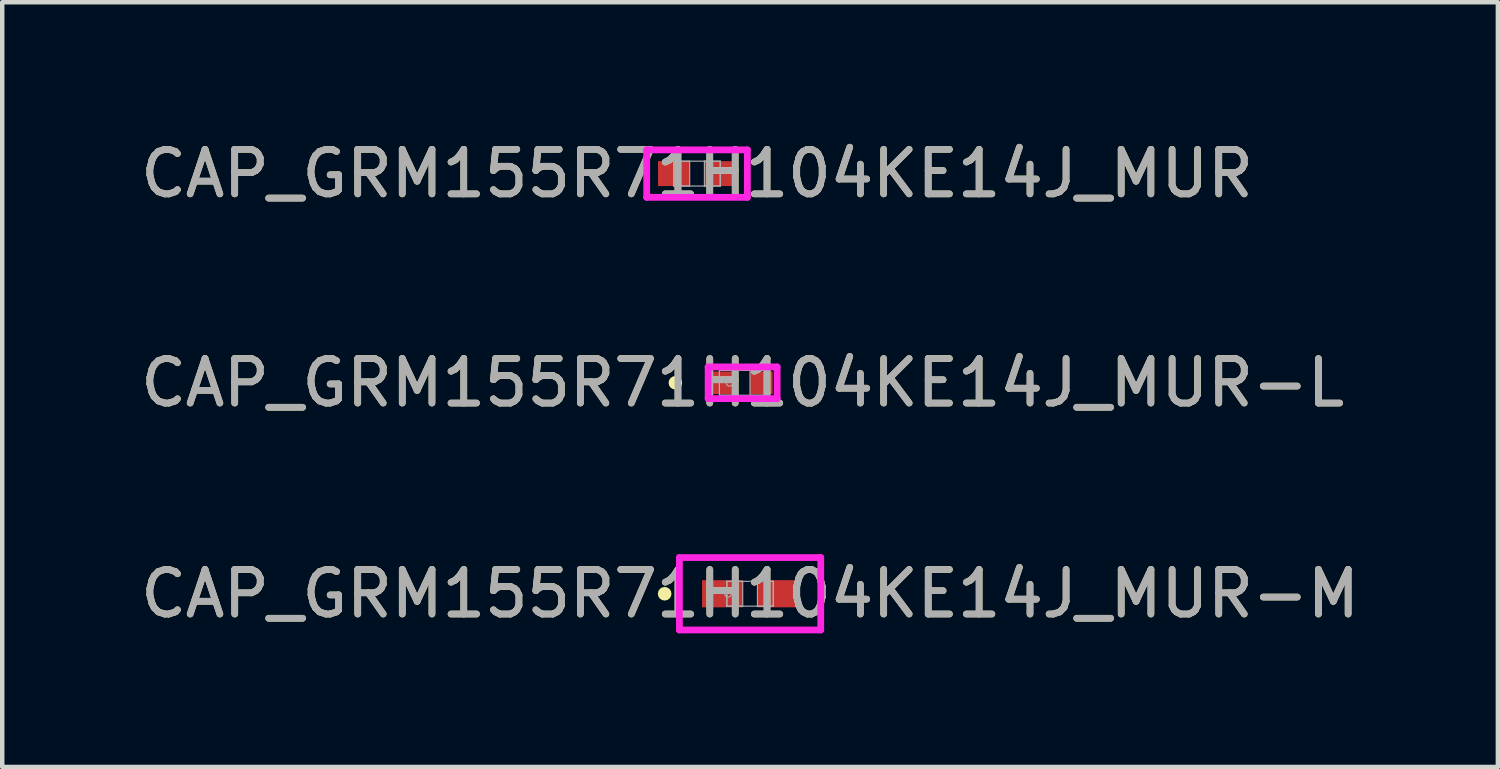
<source format=kicad_pcb>
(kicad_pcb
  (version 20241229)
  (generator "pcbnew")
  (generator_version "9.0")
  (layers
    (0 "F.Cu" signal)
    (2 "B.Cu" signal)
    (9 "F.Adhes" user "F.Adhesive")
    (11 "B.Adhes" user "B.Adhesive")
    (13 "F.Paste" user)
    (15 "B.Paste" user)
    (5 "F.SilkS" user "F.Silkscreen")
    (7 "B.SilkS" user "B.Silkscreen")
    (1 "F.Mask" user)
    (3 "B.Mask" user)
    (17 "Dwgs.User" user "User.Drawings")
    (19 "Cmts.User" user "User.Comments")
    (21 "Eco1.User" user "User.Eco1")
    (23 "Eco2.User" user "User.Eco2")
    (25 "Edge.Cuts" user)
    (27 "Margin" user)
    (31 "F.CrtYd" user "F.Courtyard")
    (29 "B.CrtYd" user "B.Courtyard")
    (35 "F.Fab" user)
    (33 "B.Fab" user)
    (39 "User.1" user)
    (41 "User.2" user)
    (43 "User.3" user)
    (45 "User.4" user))
  (footprint "CAP_GRM155R71H104KE14J_MUR-L"
    (layer "F.Cu")
    (at 13.625 5.545)
    (property "Reference" "CAP_GRM155R71H104KE14J_MUR-L" (at 0 0 0) (unlocked yes) (layer "F.SilkS") (effects (font (size 1 1) (thickness 0.15))))
    (attr smd)
    (fp_circle (center -1.511 0) (end -1.435 0) (stroke (width 0.152) (type solid)) (fill no) (layer "F.SilkS"))
    (fp_line (start -0.775 -0.356) (end 0.775 -0.356) (stroke (width 0.152) (type solid)) (layer "F.CrtYd"))
    (fp_line (start -0.775 0.356) (end -0.775 -0.356) (stroke (width 0.152) (type solid)) (layer "F.CrtYd"))
    (fp_line (start 0.775 -0.356) (end 0.775 0.356) (stroke (width 0.152) (type solid)) (layer "F.CrtYd"))
    (fp_line (start 0.775 0.356) (end -0.775 0.356) (stroke (width 0.152) (type solid)) (layer "F.CrtYd"))
    (fp_line (start -0.521 -0.279) (end -0.521 0.279) (stroke (width 0.025) (type solid)) (layer "F.Fab"))
    (fp_line (start -0.521 -0.279) (end -0.521 0.279) (stroke (width 0.025) (type solid)) (layer "F.Fab"))
    (fp_line (start -0.521 0.279) (end -0.165 0.279) (stroke (width 0.025) (type solid)) (layer "F.Fab"))
    (fp_line (start -0.521 0.279) (end 0.521 0.279) (stroke (width 0.025) (type solid)) (layer "F.Fab"))
    (fp_line (start -0.165 -0.279) (end -0.521 -0.279) (stroke (width 0.025) (type solid)) (layer "F.Fab"))
    (fp_line (start -0.165 0.279) (end -0.165 -0.279) (stroke (width 0.025) (type solid)) (layer "F.Fab"))
    (fp_line (start 0.165 -0.279) (end 0.165 0.279) (stroke (width 0.025) (type solid)) (layer "F.Fab"))
    (fp_line (start 0.165 0.279) (end 0.521 0.279) (stroke (width 0.025) (type solid)) (layer "F.Fab"))
    (fp_line (start 0.521 -0.279) (end -0.521 -0.279) (stroke (width 0.025) (type solid)) (layer "F.Fab"))
    (fp_line (start 0.521 -0.279) (end 0.165 -0.279) (stroke (width 0.025) (type solid)) (layer "F.Fab"))
    (fp_line (start 0.521 0.279) (end 0.521 -0.279) (stroke (width 0.025) (type solid)) (layer "F.Fab"))
    (fp_line (start 0.521 0.279) (end 0.521 -0.279) (stroke (width 0.025) (type solid)) (layer "F.Fab"))
    (fp_circle (center -0.292 0) (end -0.216 0) (stroke (width 0.025) (type solid)) (fill no) (layer "F.Fab"))
    (fp_text user "${REFERENCE}" (at 0 0 0) (unlocked yes) (layer "F.Fab") (effects (font (size 1 1) (thickness 0.15))))
    (pad "1" smd rect (at -0.419 0) (size 0.508 0.508) (layers "F.Cu" "F.Mask" "F.Paste"))
    (pad "2" smd rect (at 0.419 0) (size 0.508 0.508) (layers "F.Cu" "F.Mask" "F.Paste"))
    (zone (net_name "") (layer "F.Cu") (hatch full 0.508) (connect_pads) (min_thickness 0.254) (filled_areas_thickness no) (keepout (tracks not_allowed) (vias not_allowed) (pads allowed) (copperpour not_allowed) (footprints allowed)) (placement (enabled no)) (fill) (polygon (pts (xy 13.511 5.316) (xy 13.739 5.316) (xy 13.739 5.773) (xy 13.511 5.773)))))
  (footprint "CAP_GRM155R71H104KE14J_MUR"
    (layer "F.Cu")
    (at 12.601 0.848)
    (property "Reference" "CAP_GRM155R71H104KE14J_MUR" (at 0 0 0) (unlocked yes) (layer "F.SilkS") (effects (font (size 1 1) (thickness 0.15))))
    (attr smd)
    (fp_line (start -1.13 -0.533) (end 1.13 -0.533) (stroke (width 0.152) (type solid)) (layer "F.CrtYd"))
    (fp_line (start -1.13 0.533) (end -1.13 -0.533) (stroke (width 0.152) (type solid)) (layer "F.CrtYd"))
    (fp_line (start 1.13 -0.533) (end 1.13 0.533) (stroke (width 0.152) (type solid)) (layer "F.CrtYd"))
    (fp_line (start 1.13 0.533) (end -1.13 0.533) (stroke (width 0.152) (type solid)) (layer "F.CrtYd"))
    (fp_line (start -0.521 -0.279) (end -0.521 0.279) (stroke (width 0.025) (type solid)) (layer "F.Fab"))
    (fp_line (start -0.521 -0.279) (end -0.521 0.279) (stroke (width 0.025) (type solid)) (layer "F.Fab"))
    (fp_line (start -0.521 0.279) (end -0.165 0.279) (stroke (width 0.025) (type solid)) (layer "F.Fab"))
    (fp_line (start -0.521 0.279) (end 0.521 0.279) (stroke (width 0.025) (type solid)) (layer "F.Fab"))
    (fp_line (start -0.165 -0.279) (end -0.521 -0.279) (stroke (width 0.025) (type solid)) (layer "F.Fab"))
    (fp_line (start -0.165 0.279) (end -0.165 -0.279) (stroke (width 0.025) (type solid)) (layer "F.Fab"))
    (fp_line (start 0.165 -0.279) (end 0.165 0.279) (stroke (width 0.025) (type solid)) (layer "F.Fab"))
    (fp_line (start 0.165 0.279) (end 0.521 0.279) (stroke (width 0.025) (type solid)) (layer "F.Fab"))
    (fp_line (start 0.521 -0.279) (end -0.521 -0.279) (stroke (width 0.025) (type solid)) (layer "F.Fab"))
    (fp_line (start 0.521 -0.279) (end 0.165 -0.279) (stroke (width 0.025) (type solid)) (layer "F.Fab"))
    (fp_line (start 0.521 0.279) (end 0.521 -0.279) (stroke (width 0.025) (type solid)) (layer "F.Fab"))
    (fp_line (start 0.521 0.279) (end 0.521 -0.279) (stroke (width 0.025) (type solid)) (layer "F.Fab"))
    (fp_circle (center -0.394 0) (end -0.394 0) (stroke (width 0.025) (type solid)) (fill no) (layer "F.Fab"))
    (fp_text user "${REFERENCE}" (at 0 0 0) (unlocked yes) (layer "F.Fab") (effects (font (size 1 1) (thickness 0.15))))
    (pad "1" smd rect (at -0.521 0) (size 0.711 0.559) (layers "F.Cu" "F.Mask" "F.Paste"))
    (pad "2" smd rect (at 0.521 0) (size 0.711 0.559) (layers "F.Cu" "F.Mask" "F.Paste"))
    (zone (net_name "") (layer "F.Cu") (hatch full 0.508) (connect_pads) (min_thickness 0.254) (filled_areas_thickness no) (keepout (tracks not_allowed) (vias not_allowed) (pads allowed) (copperpour not_allowed) (footprints allowed)) (placement (enabled no)) (fill) (polygon (pts (xy 12.487 0.62) (xy 12.715 0.62) (xy 12.715 1.077) (xy 12.487 1.077)))))
  (footprint "CAP_GRM155R71H104KE14J_MUR-M"
    (layer "F.Cu")
    (at 13.792 10.282)
    (property "Reference" "CAP_GRM155R71H104KE14J_MUR-M" (at 0 0 0) (unlocked yes) (layer "F.SilkS") (effects (font (size 1 1) (thickness 0.15))))
    (attr smd)
    (fp_circle (center -1.918 0) (end -1.841 0) (stroke (width 0.152) (type solid)) (fill no) (layer "F.SilkS"))
    (fp_line (start -1.587 -0.813) (end 1.587 -0.813) (stroke (width 0.152) (type solid)) (layer "F.CrtYd"))
    (fp_line (start -1.587 0.813) (end -1.587 -0.813) (stroke (width 0.152) (type solid)) (layer "F.CrtYd"))
    (fp_line (start 1.587 -0.813) (end 1.587 0.813) (stroke (width 0.152) (type solid)) (layer "F.CrtYd"))
    (fp_line (start 1.587 0.813) (end -1.587 0.813) (stroke (width 0.152) (type solid)) (layer "F.CrtYd"))
    (fp_line (start -0.521 -0.279) (end -0.521 0.279) (stroke (width 0.025) (type solid)) (layer "F.Fab"))
    (fp_line (start -0.521 -0.279) (end -0.521 0.279) (stroke (width 0.025) (type solid)) (layer "F.Fab"))
    (fp_line (start -0.521 0.279) (end -0.165 0.279) (stroke (width 0.025) (type solid)) (layer "F.Fab"))
    (fp_line (start -0.521 0.279) (end 0.521 0.279) (stroke (width 0.025) (type solid)) (layer "F.Fab"))
    (fp_line (start -0.165 -0.279) (end -0.521 -0.279) (stroke (width 0.025) (type solid)) (layer "F.Fab"))
    (fp_line (start -0.165 0.279) (end -0.165 -0.279) (stroke (width 0.025) (type solid)) (layer "F.Fab"))
    (fp_line (start 0.165 -0.279) (end 0.165 0.279) (stroke (width 0.025) (type solid)) (layer "F.Fab"))
    (fp_line (start 0.165 0.279) (end 0.521 0.279) (stroke (width 0.025) (type solid)) (layer "F.Fab"))
    (fp_line (start 0.521 -0.279) (end -0.521 -0.279) (stroke (width 0.025) (type solid)) (layer "F.Fab"))
    (fp_line (start 0.521 -0.279) (end 0.165 -0.279) (stroke (width 0.025) (type solid)) (layer "F.Fab"))
    (fp_line (start 0.521 0.279) (end 0.521 -0.279) (stroke (width 0.025) (type solid)) (layer "F.Fab"))
    (fp_line (start 0.521 0.279) (end 0.521 -0.279) (stroke (width 0.025) (type solid)) (layer "F.Fab"))
    (fp_circle (center -0.495 0) (end -0.419 0) (stroke (width 0.025) (type solid)) (fill no) (layer "F.Fab"))
    (fp_text user "${REFERENCE}" (at 0 0 0) (unlocked yes) (layer "F.Fab") (effects (font (size 1 1) (thickness 0.15))))
    (pad "1" smd rect (at -0.622 0) (size 0.914 0.61) (layers "F.Cu" "F.Mask" "F.Paste"))
    (pad "2" smd rect (at 0.622 0) (size 0.914 0.61) (layers "F.Cu" "F.Mask" "F.Paste"))
    (zone (net_name "") (layer "F.Cu") (hatch full 0.508) (connect_pads) (min_thickness 0.254) (filled_areas_thickness no) (keepout (tracks not_allowed) (vias not_allowed) (pads allowed) (copperpour not_allowed) (footprints allowed)) (placement (enabled no)) (fill) (polygon (pts (xy 13.677 10.053) (xy 13.906 10.053) (xy 13.906 10.511) (xy 13.677 10.511)))))
  (gr_rect
    (start -3 -3)
    (end 30.583 14.171)
    (stroke (width 0.1) (type default))
    (fill no)
    (layer "Edge.Cuts")))
</source>
